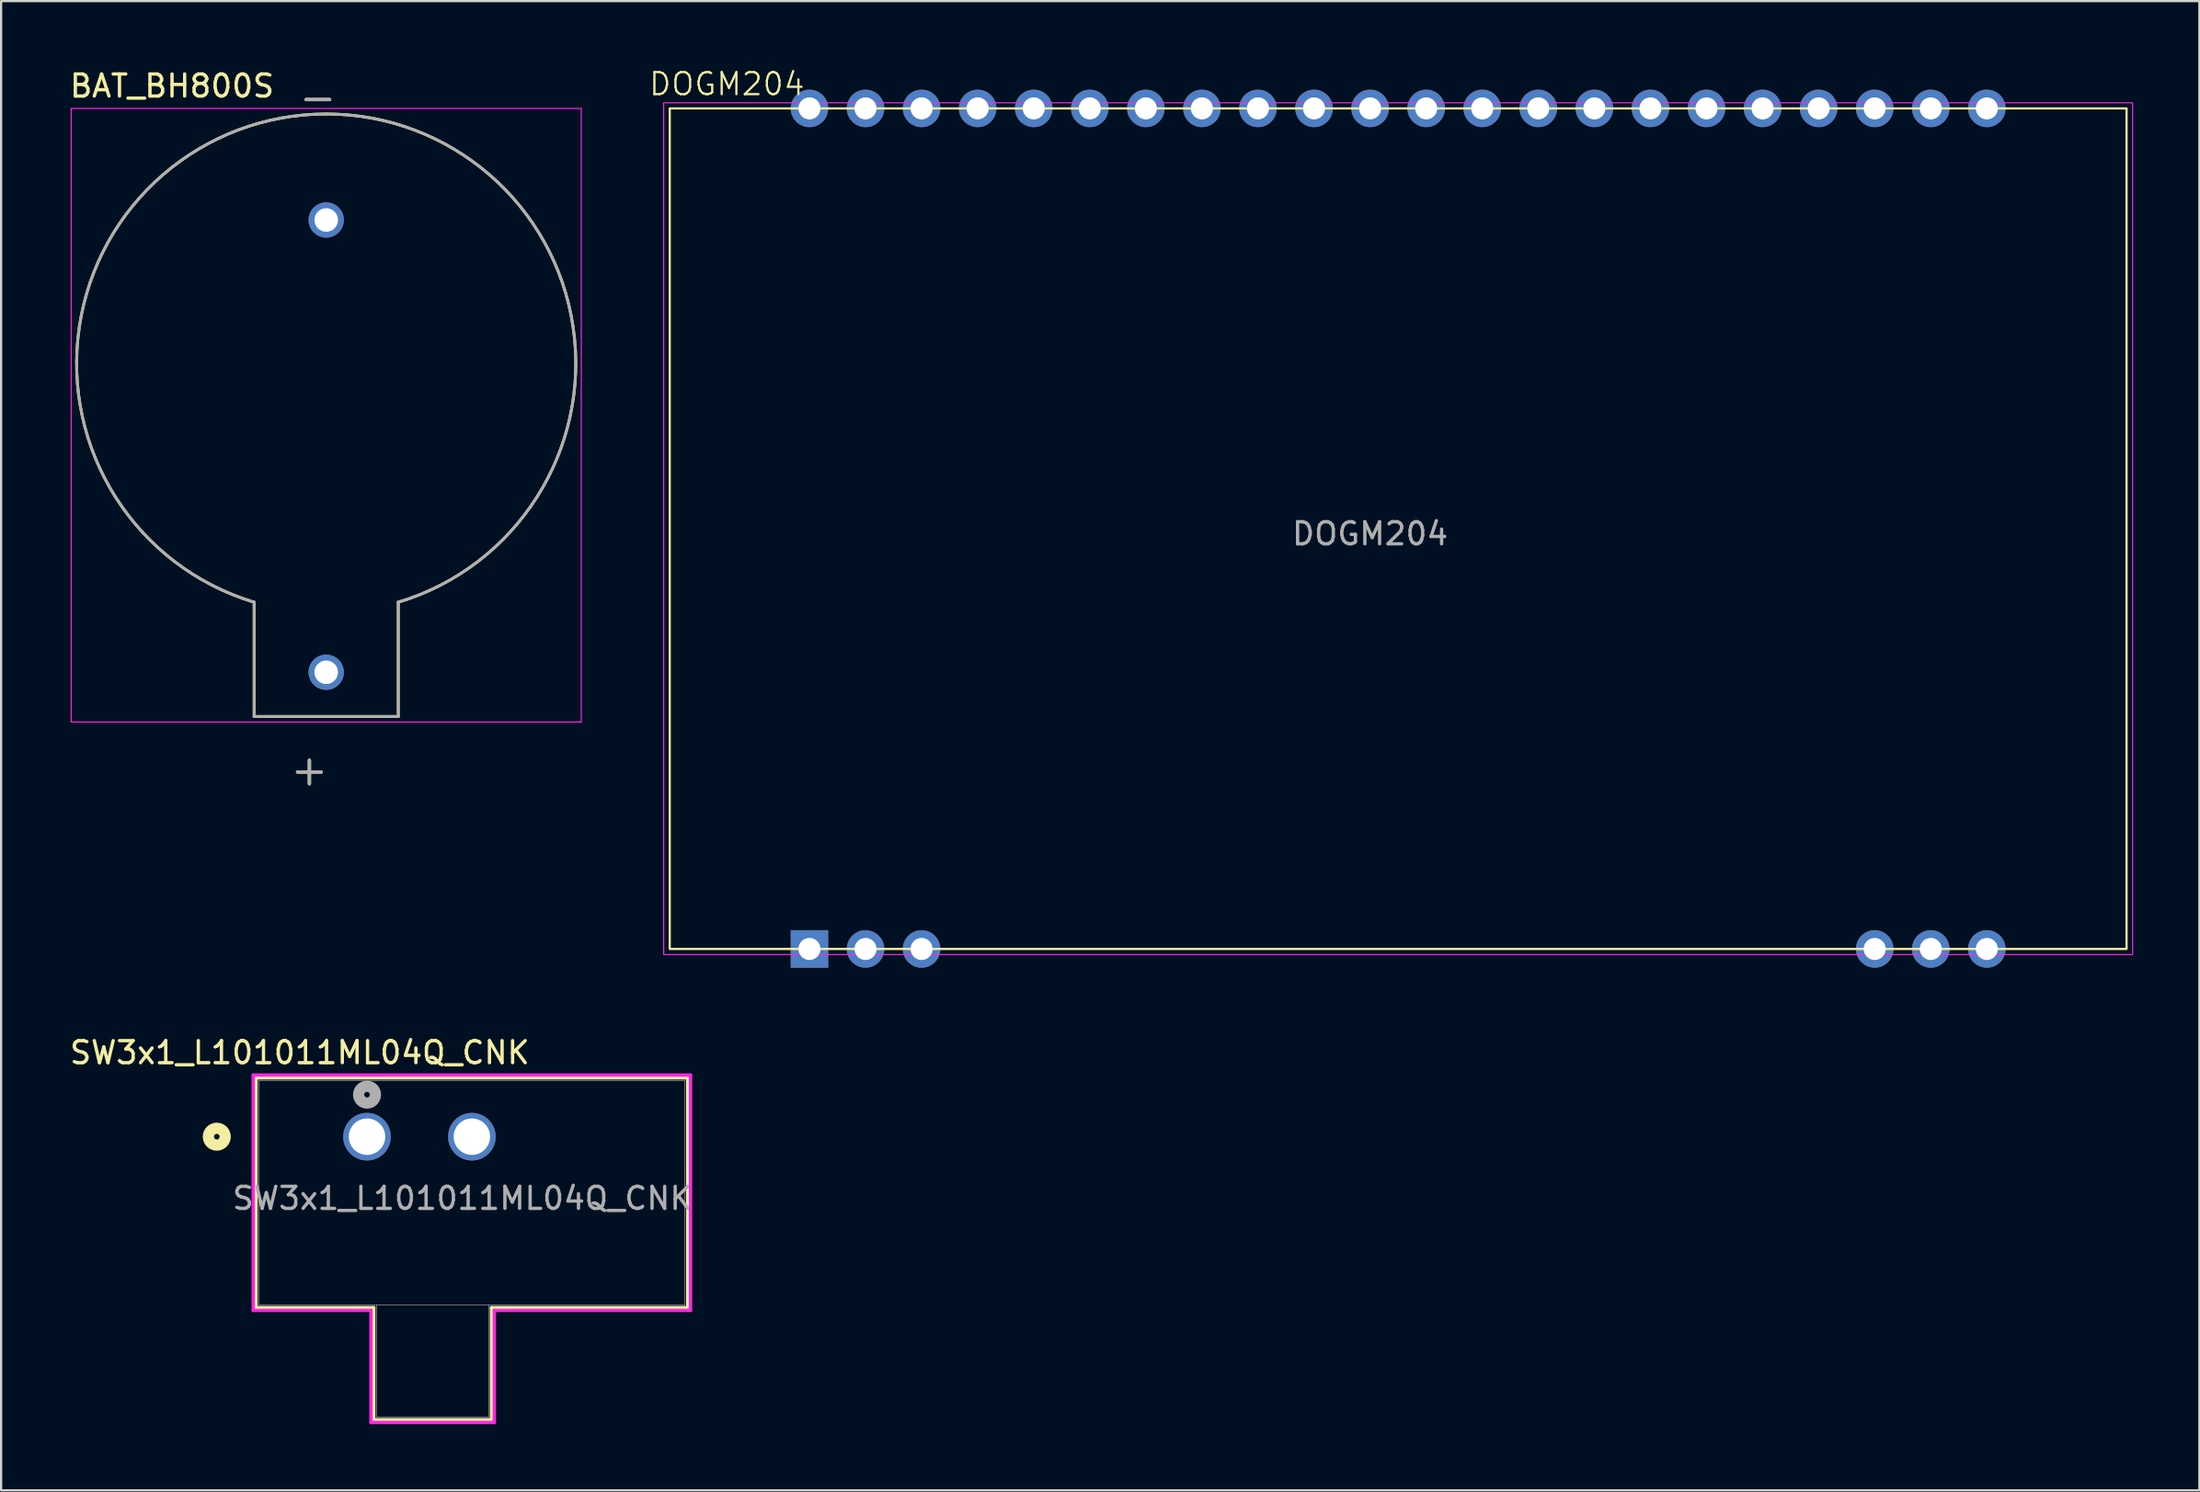
<source format=kicad_pcb>
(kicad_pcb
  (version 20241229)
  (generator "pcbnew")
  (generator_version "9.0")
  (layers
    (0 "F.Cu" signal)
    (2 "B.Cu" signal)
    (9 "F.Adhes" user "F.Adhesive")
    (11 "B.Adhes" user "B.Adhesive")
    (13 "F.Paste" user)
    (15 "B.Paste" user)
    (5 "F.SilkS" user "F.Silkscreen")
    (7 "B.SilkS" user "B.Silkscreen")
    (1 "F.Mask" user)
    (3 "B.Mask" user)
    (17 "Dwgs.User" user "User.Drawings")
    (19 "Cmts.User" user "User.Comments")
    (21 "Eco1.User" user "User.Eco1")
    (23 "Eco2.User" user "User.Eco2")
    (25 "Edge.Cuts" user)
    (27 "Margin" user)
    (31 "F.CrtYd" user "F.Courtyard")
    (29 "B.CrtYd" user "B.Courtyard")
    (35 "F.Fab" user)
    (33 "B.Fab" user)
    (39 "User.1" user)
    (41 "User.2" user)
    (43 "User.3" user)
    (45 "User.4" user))
  (footprint "DOGM204"
    (layer "F.Cu")
    (at 33.622 39.963)
    (property "Reference" "DOGM204" (at -3.739 -39.203 0) (unlocked yes) (layer "F.SilkS") (effects (font (size 1 1) (thickness 0.1))))
    (attr through_hole)
    (fp_rect (start -6.33 -38.1) (end 59.67 0) (stroke (width 0.1) (type default)) (fill no) (layer "F.SilkS"))
    (fp_rect (start -6.604 -38.354) (end 59.944 0.254) (stroke (width 0.05) (type default)) (fill no) (layer "F.CrtYd"))
    (fp_text user "${REFERENCE}" (at 25.4 -18.82 0) (unlocked yes) (layer "F.Fab") (effects (font (size 1 1) (thickness 0.15))))
    (pad "1" thru_hole rect (at 0 0) (size 1.7 1.7) (drill 1) (layers "*.Cu" "*.Mask"))
    (pad "2" thru_hole circle (at 2.54 0) (size 1.7 1.7) (drill 1) (layers "*.Cu" "*.Mask"))
    (pad "3" thru_hole circle (at 5.08 0) (size 1.7 1.7) (drill 1) (layers "*.Cu" "*.Mask"))
    (pad "20" thru_hole circle (at 48.26 0) (size 1.7 1.7) (drill 1) (layers "*.Cu" "*.Mask"))
    (pad "21" thru_hole circle (at 50.8 0) (size 1.7 1.7) (drill 1) (layers "*.Cu" "*.Mask"))
    (pad "22" thru_hole circle (at 53.34 0) (size 1.7 1.7) (drill 1) (layers "*.Cu" "*.Mask"))
    (pad "23" thru_hole circle (at 53.34 -38.1) (size 1.7 1.7) (drill 1) (layers "*.Cu" "*.Mask"))
    (pad "24" thru_hole circle (at 50.8 -38.1) (size 1.7 1.7) (drill 1) (layers "*.Cu" "*.Mask"))
    (pad "25" thru_hole circle (at 48.26 -38.1) (size 1.7 1.7) (drill 1) (layers "*.Cu" "*.Mask"))
    (pad "26" thru_hole circle (at 45.72 -38.1) (size 1.7 1.7) (drill 1) (layers "*.Cu" "*.Mask"))
    (pad "27" thru_hole circle (at 43.18 -38.1) (size 1.7 1.7) (drill 1) (layers "*.Cu" "*.Mask"))
    (pad "28" thru_hole circle (at 40.64 -38.1) (size 1.7 1.7) (drill 1) (layers "*.Cu" "*.Mask"))
    (pad "29" thru_hole circle (at 38.1 -38.1) (size 1.7 1.7) (drill 1) (layers "*.Cu" "*.Mask"))
    (pad "30" thru_hole circle (at 35.56 -38.1) (size 1.7 1.7) (drill 1) (layers "*.Cu" "*.Mask"))
    (pad "31" thru_hole circle (at 33.02 -38.1) (size 1.7 1.7) (drill 1) (layers "*.Cu" "*.Mask"))
    (pad "32" thru_hole circle (at 30.48 -38.1) (size 1.7 1.7) (drill 1) (layers "*.Cu" "*.Mask"))
    (pad "33" thru_hole circle (at 27.94 -38.1) (size 1.7 1.7) (drill 1) (layers "*.Cu" "*.Mask"))
    (pad "34" thru_hole circle (at 25.4 -38.1) (size 1.7 1.7) (drill 1) (layers "*.Cu" "*.Mask"))
    (pad "35" thru_hole circle (at 22.86 -38.1) (size 1.7 1.7) (drill 1) (layers "*.Cu" "*.Mask"))
    (pad "36" thru_hole circle (at 20.32 -38.1) (size 1.7 1.7) (drill 1) (layers "*.Cu" "*.Mask"))
    (pad "37" thru_hole circle (at 17.78 -38.1) (size 1.7 1.7) (drill 1) (layers "*.Cu" "*.Mask"))
    (pad "38" thru_hole circle (at 15.24 -38.1) (size 1.7 1.7) (drill 1) (layers "*.Cu" "*.Mask"))
    (pad "39" thru_hole circle (at 12.7 -38.1) (size 1.7 1.7) (drill 1) (layers "*.Cu" "*.Mask"))
    (pad "40" thru_hole circle (at 10.16 -38.1) (size 1.7 1.7) (drill 1) (layers "*.Cu" "*.Mask"))
    (pad "41" thru_hole circle (at 7.62 -38.1) (size 1.7 1.7) (drill 1) (layers "*.Cu" "*.Mask"))
    (pad "42" thru_hole circle (at 5.08 -38.1) (size 1.7 1.7) (drill 1) (layers "*.Cu" "*.Mask"))
    (pad "43" thru_hole circle (at 2.54 -38.1) (size 1.7 1.7) (drill 1) (layers "*.Cu" "*.Mask"))
    (pad "44" thru_hole circle (at 0 -38.1) (size 1.7 1.7) (drill 1) (layers "*.Cu" "*.Mask")))
  (footprint "SW3x1_L101011ML04Q_CNK"
    (layer "F.Cu")
    (at 13.578 48.472)
    (property "Reference" "SW3x1_L101011ML04Q_CNK" (at -3.048 -3.81 0) (unlocked yes) (layer "F.SilkS") (effects (font (size 1 1) (thickness 0.15))))
    (attr through_hole)
    (fp_line (start -5.029 -2.667) (end -5.029 7.747) (stroke (width 0.152) (type solid)) (layer "F.SilkS"))
    (fp_line (start -5.029 7.747) (end 0.305 7.747) (stroke (width 0.152) (type solid)) (layer "F.SilkS"))
    (fp_line (start 0.305 7.747) (end 0.305 12.827) (stroke (width 0.152) (type solid)) (layer "F.SilkS"))
    (fp_line (start 0.305 12.827) (end 5.639 12.827) (stroke (width 0.152) (type solid)) (layer "F.SilkS"))
    (fp_line (start 5.639 7.747) (end 14.529 7.747) (stroke (width 0.152) (type solid)) (layer "F.SilkS"))
    (fp_line (start 5.639 12.827) (end 5.639 7.747) (stroke (width 0.152) (type solid)) (layer "F.SilkS"))
    (fp_line (start 14.529 -2.667) (end -5.029 -2.667) (stroke (width 0.152) (type solid)) (layer "F.SilkS"))
    (fp_line (start 14.529 7.747) (end 14.529 -2.667) (stroke (width 0.152) (type solid)) (layer "F.SilkS"))
    (fp_circle (center -6.807 0) (end -6.426 0) (stroke (width 0.508) (type solid)) (fill no) (layer "F.SilkS"))
    (fp_line (start -5.156 -2.794) (end -5.156 7.874) (stroke (width 0.152) (type solid)) (layer "F.CrtYd"))
    (fp_line (start -5.156 7.874) (end 0.178 7.874) (stroke (width 0.152) (type solid)) (layer "F.CrtYd"))
    (fp_line (start 0.178 7.874) (end 0.178 12.954) (stroke (width 0.152) (type solid)) (layer "F.CrtYd"))
    (fp_line (start 0.178 12.954) (end 5.766 12.954) (stroke (width 0.152) (type solid)) (layer "F.CrtYd"))
    (fp_line (start 5.766 7.874) (end 14.656 7.874) (stroke (width 0.152) (type solid)) (layer "F.CrtYd"))
    (fp_line (start 5.766 12.954) (end 5.766 7.874) (stroke (width 0.152) (type solid)) (layer "F.CrtYd"))
    (fp_line (start 14.656 -2.794) (end -5.156 -2.794) (stroke (width 0.152) (type solid)) (layer "F.CrtYd"))
    (fp_line (start 14.656 7.874) (end 14.656 -2.794) (stroke (width 0.152) (type solid)) (layer "F.CrtYd"))
    (fp_line (start -4.902 -2.54) (end -4.902 7.62) (stroke (width 0.025) (type solid)) (layer "F.Fab"))
    (fp_line (start -4.902 7.62) (end 14.402 7.62) (stroke (width 0.025) (type solid)) (layer "F.Fab"))
    (fp_line (start 0.432 7.62) (end 0.432 12.7) (stroke (width 0.025) (type solid)) (layer "F.Fab"))
    (fp_line (start 0.432 12.7) (end 5.512 12.7) (stroke (width 0.025) (type solid)) (layer "F.Fab"))
    (fp_line (start 5.512 12.7) (end 5.512 7.62) (stroke (width 0.025) (type solid)) (layer "F.Fab"))
    (fp_line (start 14.402 -2.54) (end -4.902 -2.54) (stroke (width 0.025) (type solid)) (layer "F.Fab"))
    (fp_line (start 14.402 7.62) (end 14.402 -2.54) (stroke (width 0.025) (type solid)) (layer "F.Fab"))
    (fp_circle (center 0 -1.905) (end 0.381 -1.905) (stroke (width 0.508) (type solid)) (fill no) (layer "F.Fab"))
    (fp_text user "${REFERENCE}" (at 4.318 2.794 0) (unlocked yes) (layer "F.Fab") (effects (font (size 1 1) (thickness 0.15))))
    (pad "1" thru_hole circle (at 0 0) (size 2.159 2.159) (drill 1.651) (layers "*.Cu" "*.Mask"))
    (pad "2" thru_hole circle (at 4.75 0) (size 2.159 2.159) (drill 1.651) (layers "*.Cu" "*.Mask")))
  (footprint "BAT_BH800S"
    (layer "F.Cu")
    (at 11.729 13.421)
    (property "Reference" "BAT_BH800S" (at -6.985 -12.573 0) (layer "F.SilkS") (effects (font (size 1 1) (thickness 0.15))))
    (attr through_hole)
    (fp_line (start -3.265 10.825) (end -3.265 16.005) (stroke (width 0.127) (type solid)) (layer "F.SilkS"))
    (fp_line (start -3.265 16.005) (end 3.265 16.005) (stroke (width 0.127) (type solid)) (layer "F.SilkS"))
    (fp_line (start 3.265 16.005) (end 3.265 10.825) (stroke (width 0.127) (type solid)) (layer "F.SilkS"))
    (fp_arc (start -3.265 10.825) (mid -11.1849 -1.649334) (end -0.000001 -11.304999) (stroke (width 0.127) (type solid)) (layer "F.SilkS"))
    (fp_arc (start 0.000001 -11.304999) (mid 11.1849 -1.649334) (end 3.265 10.825) (stroke (width 0.127) (type solid)) (layer "F.SilkS"))
    (fp_line (start -11.555 -11.555) (end 11.555 -11.555) (stroke (width 0.05) (type solid)) (layer "F.CrtYd"))
    (fp_line (start -11.555 16.255) (end -11.555 -11.555) (stroke (width 0.05) (type solid)) (layer "F.CrtYd"))
    (fp_line (start 11.555 -11.555) (end 11.555 16.255) (stroke (width 0.05) (type solid)) (layer "F.CrtYd"))
    (fp_line (start 11.555 16.255) (end -11.555 16.255) (stroke (width 0.05) (type solid)) (layer "F.CrtYd"))
    (fp_line (start -3.265 10.825) (end -3.265 16.005) (stroke (width 0.127) (type solid)) (layer "F.Fab"))
    (fp_line (start -3.265 16.005) (end 3.265 16.005) (stroke (width 0.127) (type solid)) (layer "F.Fab"))
    (fp_line (start 3.265 16.005) (end 3.265 10.825) (stroke (width 0.127) (type solid)) (layer "F.Fab"))
    (fp_arc (start -3.265 10.825) (mid -11.1849 -1.649334) (end -0.000001 -11.304999) (stroke (width 0.127) (type solid)) (layer "F.Fab"))
    (fp_arc (start 0.000001 -11.304999) (mid 11.1849 -1.649334) (end 3.265 10.825) (stroke (width 0.127) (type solid)) (layer "F.Fab"))
    (fp_text user "-" (at -0.381 -12.065 0) (layer "F.SilkS") (effects (font (size 1.4 1.4) (thickness 0.15))))
    (fp_text user "+" (at -0.762 18.415 0) (layer "F.SilkS") (effects (font (size 1.4 1.4) (thickness 0.15))))
    (fp_text user "-" (at -0.381 -12.065 0) (layer "F.Fab") (effects (font (size 1.4 1.4) (thickness 0.15))))
    (fp_text user "+" (at -0.762 18.415 0) (layer "F.Fab") (effects (font (size 1.4 1.4) (thickness 0.15))))
    (pad "1" thru_hole circle (at 0 14) (size 1.6 1.6) (drill 1.067) (layers "*.Cu" "*.Mask"))
    (pad "2" thru_hole circle (at 0 -6.5) (size 1.6 1.6) (drill 1.067) (layers "*.Cu" "*.Mask")))
  (gr_rect
    (start -3 -3)
    (end 96.591 64.502)
    (stroke (width 0.1) (type default))
    (fill no)
    (layer "Edge.Cuts")))
</source>
